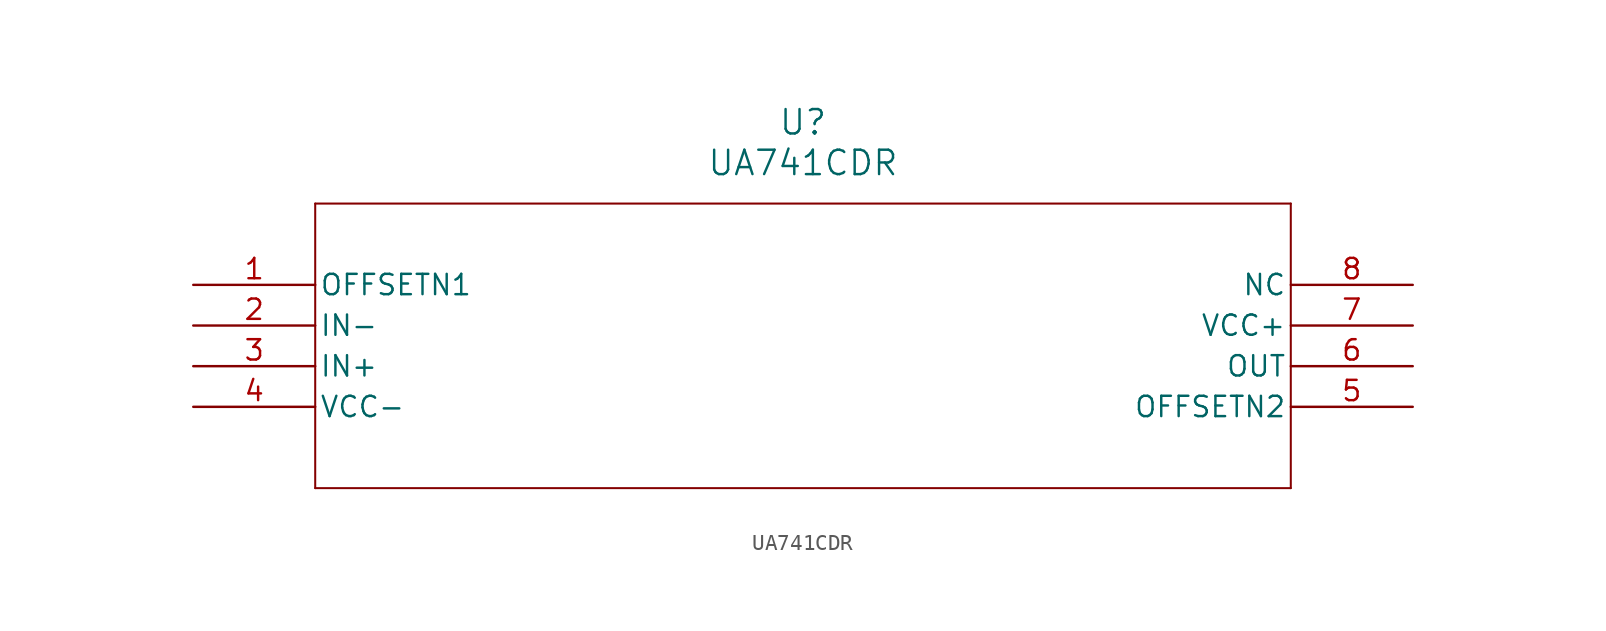
<source format=kicad_sym>
(kicad_symbol_lib
  (version 20231120)
  (generator "kicad_symbol_editor")
  (generator_version "8.0")
  (symbol "UA741CDR"
    (pin_names
      (offset 0.254))
    (property "Reference" "U"
      (at 38.1 10.16 0)
      (effects (font (size 1.524 1.524))))
    (property "Value" "UA741CDR"
      (at 38.1 7.62 0)
      (effects (font (size 1.524 1.524))))
    (symbol "UA741CDR_0_1"
      (polyline (pts (xy 7.62 -12.7) (xy 68.58 -12.7)) (stroke (width 0.127) (type default)) (fill (type none)))
      (polyline (pts (xy 7.62 5.08) (xy 7.62 -12.7)) (stroke (width 0.127) (type default)) (fill (type none)))
      (polyline (pts (xy 68.58 -12.7) (xy 68.58 5.08)) (stroke (width 0.127) (type default)) (fill (type none)))
      (polyline (pts (xy 68.58 5.08) (xy 7.62 5.08)) (stroke (width 0.127) (type default)) (fill (type none)))
      (pin unspecified line (at 0 0 0) (length 7.62) (name "OFFSETN1" (effects (font (size 1.27 1.27)))) (number "1" (effects (font (size 1.27 1.27)))))
      (pin input line (at 0 -2.54 0) (length 7.62) (name "IN-" (effects (font (size 1.27 1.27)))) (number "2" (effects (font (size 1.27 1.27)))))
      (pin input line (at 0 -5.08 0) (length 7.62) (name "IN+" (effects (font (size 1.27 1.27)))) (number "3" (effects (font (size 1.27 1.27)))))
      (pin power_in line (at 0 -7.62 0) (length 7.62) (name "VCC-" (effects (font (size 1.27 1.27)))) (number "4" (effects (font (size 1.27 1.27)))))
      (pin unspecified line (at 76.2 -7.62 180) (length 7.62) (name "OFFSETN2" (effects (font (size 1.27 1.27)))) (number "5" (effects (font (size 1.27 1.27)))))
      (pin output line (at 76.2 -5.08 180) (length 7.62) (name "OUT" (effects (font (size 1.27 1.27)))) (number "6" (effects (font (size 1.27 1.27)))))
      (pin power_in line (at 76.2 -2.54 180) (length 7.62) (name "VCC+" (effects (font (size 1.27 1.27)))) (number "7" (effects (font (size 1.27 1.27)))))
      (pin unspecified line (at 76.2 0 180) (length 7.62) (name "NC" (effects (font (size 1.27 1.27)))) (number "8" (effects (font (size 1.27 1.27))))))))
</source>
